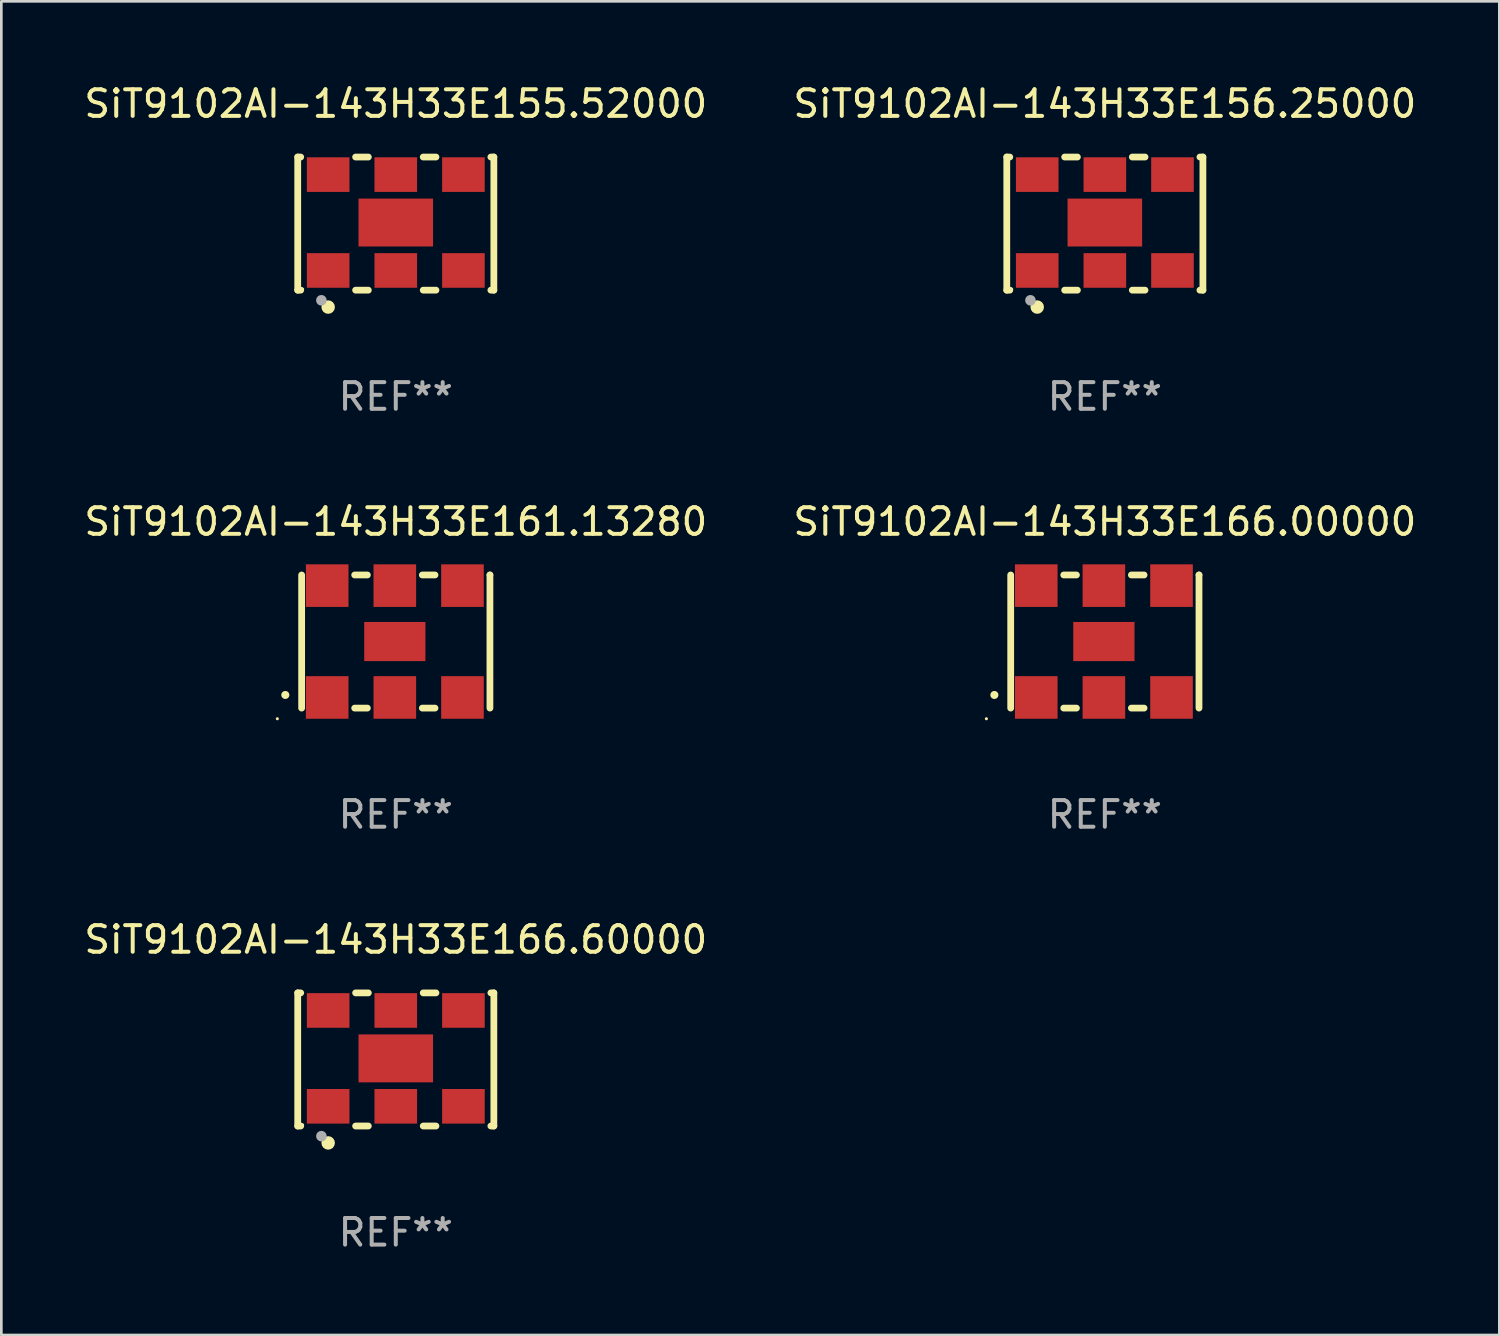
<source format=kicad_pcb>
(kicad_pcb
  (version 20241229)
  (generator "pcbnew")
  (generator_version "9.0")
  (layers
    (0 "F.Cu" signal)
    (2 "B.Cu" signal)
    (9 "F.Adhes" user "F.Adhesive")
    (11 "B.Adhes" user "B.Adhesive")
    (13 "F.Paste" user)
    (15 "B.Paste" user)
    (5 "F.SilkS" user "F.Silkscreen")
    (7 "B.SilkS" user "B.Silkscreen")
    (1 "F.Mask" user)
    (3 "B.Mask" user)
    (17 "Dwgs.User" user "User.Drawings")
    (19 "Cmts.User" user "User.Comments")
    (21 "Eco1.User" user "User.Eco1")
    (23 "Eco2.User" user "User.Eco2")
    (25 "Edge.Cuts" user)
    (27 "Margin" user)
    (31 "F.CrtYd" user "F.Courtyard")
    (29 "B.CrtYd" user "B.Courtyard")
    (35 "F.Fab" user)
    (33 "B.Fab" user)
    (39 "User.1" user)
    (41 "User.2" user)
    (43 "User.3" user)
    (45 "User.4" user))
  (footprint "SiT9102AI-143H33E166.00000"
    (layer "F.Cu")
    (at 38.446 21.045)
    (property "Reference" "SiT9102AI-143H33E166.00000" (at 0 -4.5 0) (layer "F.SilkS") (effects (font (size 1 1) (thickness 0.15))))
    (attr through_hole)
    (fp_line (start -3.536 -2.5) (end -3.536 2.5) (stroke (width 0.254) (type solid)) (layer "F.SilkS"))
    (fp_line (start -1.544 2.5) (end -1.067 2.5) (stroke (width 0.254) (type solid)) (layer "F.SilkS"))
    (fp_line (start -1.067 -2.5) (end -1.544 -2.5) (stroke (width 0.254) (type solid)) (layer "F.SilkS"))
    (fp_line (start 0.996 2.5) (end 1.473 2.5) (stroke (width 0.254) (type solid)) (layer "F.SilkS"))
    (fp_line (start 1.473 -2.5) (end 0.996 -2.5) (stroke (width 0.254) (type solid)) (layer "F.SilkS"))
    (fp_line (start 3.536 -2.5) (end 3.536 -2.5) (stroke (width 0.254) (type solid)) (layer "F.SilkS"))
    (fp_line (start 3.536 2.5) (end 3.536 -2.5) (stroke (width 0.254) (type solid)) (layer "F.SilkS"))
    (fp_arc (start -4.150432 2.006604) (mid -4.149162 2.006599) (end -4.147892 2.006604) (stroke (width 0.3) (type solid)) (layer "F.SilkS"))
    (fp_circle (center -4.449 2.9) (end -4.419 2.9) (stroke (width 0.06) (type solid)) (fill no) (layer "F.SilkS"))
    (fp_text user "REF**" (at 0 6.5 0) (layer "F.Fab") (effects (font (size 1 1) (thickness 0.15))))
    (pad "1" smd rect (at -2.576 2.1) (size 1.6 1.6) (layers "F.Cu" "F.Mask" "F.Paste"))
    (pad "2" smd rect (at -0.036 2.1) (size 1.6 1.6) (layers "F.Cu" "F.Mask" "F.Paste"))
    (pad "3" smd rect (at 2.504 2.1) (size 1.6 1.6) (layers "F.Cu" "F.Mask" "F.Paste"))
    (pad "4" smd rect (at 2.504 -2.1) (size 1.6 1.6) (layers "F.Cu" "F.Mask" "F.Paste"))
    (pad "5" smd rect (at -0.036 -2.1) (size 1.6 1.6) (layers "F.Cu" "F.Mask" "F.Paste"))
    (pad "6" smd rect (at -2.576 -2.1) (size 1.6 1.6) (layers "F.Cu" "F.Mask" "F.Paste"))
    (pad "7" smd rect (at -0.036 0) (size 2.3 1.47) (layers "F.Cu" "F.Mask" "F.Paste")))
  (footprint "SiT9102AI-143H33E161.13280"
    (layer "F.Cu")
    (at 11.815 21.045)
    (property "Reference" "SiT9102AI-143H33E161.13280" (at 0 -4.5 0) (layer "F.SilkS") (effects (font (size 1 1) (thickness 0.15))))
    (attr through_hole)
    (fp_line (start -3.536 -2.5) (end -3.536 2.5) (stroke (width 0.254) (type solid)) (layer "F.SilkS"))
    (fp_line (start -1.544 2.5) (end -1.067 2.5) (stroke (width 0.254) (type solid)) (layer "F.SilkS"))
    (fp_line (start -1.067 -2.5) (end -1.544 -2.5) (stroke (width 0.254) (type solid)) (layer "F.SilkS"))
    (fp_line (start 0.996 2.5) (end 1.473 2.5) (stroke (width 0.254) (type solid)) (layer "F.SilkS"))
    (fp_line (start 1.473 -2.5) (end 0.996 -2.5) (stroke (width 0.254) (type solid)) (layer "F.SilkS"))
    (fp_line (start 3.536 -2.5) (end 3.536 -2.5) (stroke (width 0.254) (type solid)) (layer "F.SilkS"))
    (fp_line (start 3.536 2.5) (end 3.536 -2.5) (stroke (width 0.254) (type solid)) (layer "F.SilkS"))
    (fp_arc (start -4.150432 2.006604) (mid -4.149162 2.006599) (end -4.147892 2.006604) (stroke (width 0.3) (type solid)) (layer "F.SilkS"))
    (fp_circle (center -4.449 2.9) (end -4.419 2.9) (stroke (width 0.06) (type solid)) (fill no) (layer "F.SilkS"))
    (fp_text user "REF**" (at 0 6.5 0) (layer "F.Fab") (effects (font (size 1 1) (thickness 0.15))))
    (pad "1" smd rect (at -2.576 2.1) (size 1.6 1.6) (layers "F.Cu" "F.Mask" "F.Paste"))
    (pad "2" smd rect (at -0.036 2.1) (size 1.6 1.6) (layers "F.Cu" "F.Mask" "F.Paste"))
    (pad "3" smd rect (at 2.504 2.1) (size 1.6 1.6) (layers "F.Cu" "F.Mask" "F.Paste"))
    (pad "4" smd rect (at 2.504 -2.1) (size 1.6 1.6) (layers "F.Cu" "F.Mask" "F.Paste"))
    (pad "5" smd rect (at -0.036 -2.1) (size 1.6 1.6) (layers "F.Cu" "F.Mask" "F.Paste"))
    (pad "6" smd rect (at -2.576 -2.1) (size 1.6 1.6) (layers "F.Cu" "F.Mask" "F.Paste"))
    (pad "7" smd rect (at -0.036 0) (size 2.3 1.47) (layers "F.Cu" "F.Mask" "F.Paste")))
  (footprint "SiT9102AI-143H33E156.25000"
    (layer "F.Cu")
    (at 38.446 5.348)
    (property "Reference" "SiT9102AI-143H33E156.25000" (at 0 -4.5 0) (layer "F.SilkS") (effects (font (size 1 1) (thickness 0.15))))
    (attr through_hole)
    (fp_line (start -3.683 -2.5) (end -3.571 -2.5) (stroke (width 0.254) (type solid)) (layer "F.SilkS"))
    (fp_line (start -3.683 2.5) (end -3.683 -2.5) (stroke (width 0.254) (type solid)) (layer "F.SilkS"))
    (fp_line (start -3.683 2.5) (end -3.571 2.5) (stroke (width 0.254) (type solid)) (layer "F.SilkS"))
    (fp_line (start -1.509 -2.5) (end -1.031 -2.5) (stroke (width 0.254) (type solid)) (layer "F.SilkS"))
    (fp_line (start -1.509 2.5) (end -1.031 2.5) (stroke (width 0.254) (type solid)) (layer "F.SilkS"))
    (fp_line (start 1.031 -2.5) (end 1.509 -2.5) (stroke (width 0.254) (type solid)) (layer "F.SilkS"))
    (fp_line (start 1.031 2.5) (end 1.509 2.5) (stroke (width 0.254) (type solid)) (layer "F.SilkS"))
    (fp_line (start 3.571 -2.5) (end 3.683 -2.5) (stroke (width 0.254) (type solid)) (layer "F.SilkS"))
    (fp_line (start 3.571 2.5) (end 3.683 2.5) (stroke (width 0.254) (type solid)) (layer "F.SilkS"))
    (fp_line (start 3.683 2.5) (end 3.683 -2.5) (stroke (width 0.254) (type solid)) (layer "F.SilkS"))
    (fp_circle (center -3.5 2.46) (end -3.47 2.46) (stroke (width 0.06) (type solid)) (fill no) (layer "F.SilkS"))
    (fp_circle (center -2.54 3.135) (end -2.413 3.135) (stroke (width 0.254) (type solid)) (fill no) (layer "F.SilkS"))
    (fp_circle (center -2.794 2.881) (end -2.694 2.881) (stroke (width 0.2) (type solid)) (fill no) (layer "F.Fab"))
    (fp_text user "REF**" (at 0 6.5 0) (layer "F.Fab") (effects (font (size 1 1) (thickness 0.15))))
    (pad "1" smd rect (at -2.54 1.76) (size 1.6 1.3) (layers "F.Cu" "F.Mask" "F.Paste"))
    (pad "2" smd rect (at 0 1.76) (size 1.6 1.3) (layers "F.Cu" "F.Mask" "F.Paste"))
    (pad "3" smd rect (at 2.54 1.76) (size 1.6 1.3) (layers "F.Cu" "F.Mask" "F.Paste"))
    (pad "4" smd rect (at 2.54 -1.84) (size 1.6 1.3) (layers "F.Cu" "F.Mask" "F.Paste"))
    (pad "5" smd rect (at 0 -1.84) (size 1.6 1.3) (layers "F.Cu" "F.Mask" "F.Paste"))
    (pad "6" smd rect (at -2.54 -1.84) (size 1.6 1.3) (layers "F.Cu" "F.Mask" "F.Paste"))
    (pad "7" smd rect (at 0 -0.04) (size 2.8 1.8) (layers "F.Cu" "F.Mask" "F.Paste")))
  (footprint "SiT9102AI-143H33E166.60000"
    (layer "F.Cu")
    (at 11.815 36.741)
    (property "Reference" "SiT9102AI-143H33E166.60000" (at 0 -4.5 0) (layer "F.SilkS") (effects (font (size 1 1) (thickness 0.15))))
    (attr through_hole)
    (fp_line (start -3.683 -2.5) (end -3.571 -2.5) (stroke (width 0.254) (type solid)) (layer "F.SilkS"))
    (fp_line (start -3.683 2.5) (end -3.683 -2.5) (stroke (width 0.254) (type solid)) (layer "F.SilkS"))
    (fp_line (start -3.683 2.5) (end -3.571 2.5) (stroke (width 0.254) (type solid)) (layer "F.SilkS"))
    (fp_line (start -1.509 -2.5) (end -1.031 -2.5) (stroke (width 0.254) (type solid)) (layer "F.SilkS"))
    (fp_line (start -1.509 2.5) (end -1.031 2.5) (stroke (width 0.254) (type solid)) (layer "F.SilkS"))
    (fp_line (start 1.031 -2.5) (end 1.509 -2.5) (stroke (width 0.254) (type solid)) (layer "F.SilkS"))
    (fp_line (start 1.031 2.5) (end 1.509 2.5) (stroke (width 0.254) (type solid)) (layer "F.SilkS"))
    (fp_line (start 3.571 -2.5) (end 3.683 -2.5) (stroke (width 0.254) (type solid)) (layer "F.SilkS"))
    (fp_line (start 3.571 2.5) (end 3.683 2.5) (stroke (width 0.254) (type solid)) (layer "F.SilkS"))
    (fp_line (start 3.683 2.5) (end 3.683 -2.5) (stroke (width 0.254) (type solid)) (layer "F.SilkS"))
    (fp_circle (center -3.5 2.46) (end -3.47 2.46) (stroke (width 0.06) (type solid)) (fill no) (layer "F.SilkS"))
    (fp_circle (center -2.54 3.135) (end -2.413 3.135) (stroke (width 0.254) (type solid)) (fill no) (layer "F.SilkS"))
    (fp_circle (center -2.794 2.881) (end -2.694 2.881) (stroke (width 0.2) (type solid)) (fill no) (layer "F.Fab"))
    (fp_text user "REF**" (at 0 6.5 0) (layer "F.Fab") (effects (font (size 1 1) (thickness 0.15))))
    (pad "1" smd rect (at -2.54 1.76) (size 1.6 1.3) (layers "F.Cu" "F.Mask" "F.Paste"))
    (pad "2" smd rect (at 0 1.76) (size 1.6 1.3) (layers "F.Cu" "F.Mask" "F.Paste"))
    (pad "3" smd rect (at 2.54 1.76) (size 1.6 1.3) (layers "F.Cu" "F.Mask" "F.Paste"))
    (pad "4" smd rect (at 2.54 -1.84) (size 1.6 1.3) (layers "F.Cu" "F.Mask" "F.Paste"))
    (pad "5" smd rect (at 0 -1.84) (size 1.6 1.3) (layers "F.Cu" "F.Mask" "F.Paste"))
    (pad "6" smd rect (at -2.54 -1.84) (size 1.6 1.3) (layers "F.Cu" "F.Mask" "F.Paste"))
    (pad "7" smd rect (at 0 -0.04) (size 2.8 1.8) (layers "F.Cu" "F.Mask" "F.Paste")))
  (footprint "SiT9102AI-143H33E155.52000"
    (layer "F.Cu")
    (at 11.815 5.348)
    (property "Reference" "SiT9102AI-143H33E155.52000" (at 0 -4.5 0) (layer "F.SilkS") (effects (font (size 1 1) (thickness 0.15))))
    (attr through_hole)
    (fp_line (start -3.683 -2.5) (end -3.571 -2.5) (stroke (width 0.254) (type solid)) (layer "F.SilkS"))
    (fp_line (start -3.683 2.5) (end -3.683 -2.5) (stroke (width 0.254) (type solid)) (layer "F.SilkS"))
    (fp_line (start -3.683 2.5) (end -3.571 2.5) (stroke (width 0.254) (type solid)) (layer "F.SilkS"))
    (fp_line (start -1.509 -2.5) (end -1.031 -2.5) (stroke (width 0.254) (type solid)) (layer "F.SilkS"))
    (fp_line (start -1.509 2.5) (end -1.031 2.5) (stroke (width 0.254) (type solid)) (layer "F.SilkS"))
    (fp_line (start 1.031 -2.5) (end 1.509 -2.5) (stroke (width 0.254) (type solid)) (layer "F.SilkS"))
    (fp_line (start 1.031 2.5) (end 1.509 2.5) (stroke (width 0.254) (type solid)) (layer "F.SilkS"))
    (fp_line (start 3.571 -2.5) (end 3.683 -2.5) (stroke (width 0.254) (type solid)) (layer "F.SilkS"))
    (fp_line (start 3.571 2.5) (end 3.683 2.5) (stroke (width 0.254) (type solid)) (layer "F.SilkS"))
    (fp_line (start 3.683 2.5) (end 3.683 -2.5) (stroke (width 0.254) (type solid)) (layer "F.SilkS"))
    (fp_circle (center -3.5 2.46) (end -3.47 2.46) (stroke (width 0.06) (type solid)) (fill no) (layer "F.SilkS"))
    (fp_circle (center -2.54 3.135) (end -2.413 3.135) (stroke (width 0.254) (type solid)) (fill no) (layer "F.SilkS"))
    (fp_circle (center -2.794 2.881) (end -2.694 2.881) (stroke (width 0.2) (type solid)) (fill no) (layer "F.Fab"))
    (fp_text user "REF**" (at 0 6.5 0) (layer "F.Fab") (effects (font (size 1 1) (thickness 0.15))))
    (pad "1" smd rect (at -2.54 1.76) (size 1.6 1.3) (layers "F.Cu" "F.Mask" "F.Paste"))
    (pad "2" smd rect (at 0 1.76) (size 1.6 1.3) (layers "F.Cu" "F.Mask" "F.Paste"))
    (pad "3" smd rect (at 2.54 1.76) (size 1.6 1.3) (layers "F.Cu" "F.Mask" "F.Paste"))
    (pad "4" smd rect (at 2.54 -1.84) (size 1.6 1.3) (layers "F.Cu" "F.Mask" "F.Paste"))
    (pad "5" smd rect (at 0 -1.84) (size 1.6 1.3) (layers "F.Cu" "F.Mask" "F.Paste"))
    (pad "6" smd rect (at -2.54 -1.84) (size 1.6 1.3) (layers "F.Cu" "F.Mask" "F.Paste"))
    (pad "7" smd rect (at 0 -0.04) (size 2.8 1.8) (layers "F.Cu" "F.Mask" "F.Paste")))
  (gr_rect
    (start -3 -3)
    (end 53.262 47.09)
    (stroke (width 0.1) (type default))
    (fill no)
    (layer "Edge.Cuts")))
</source>
